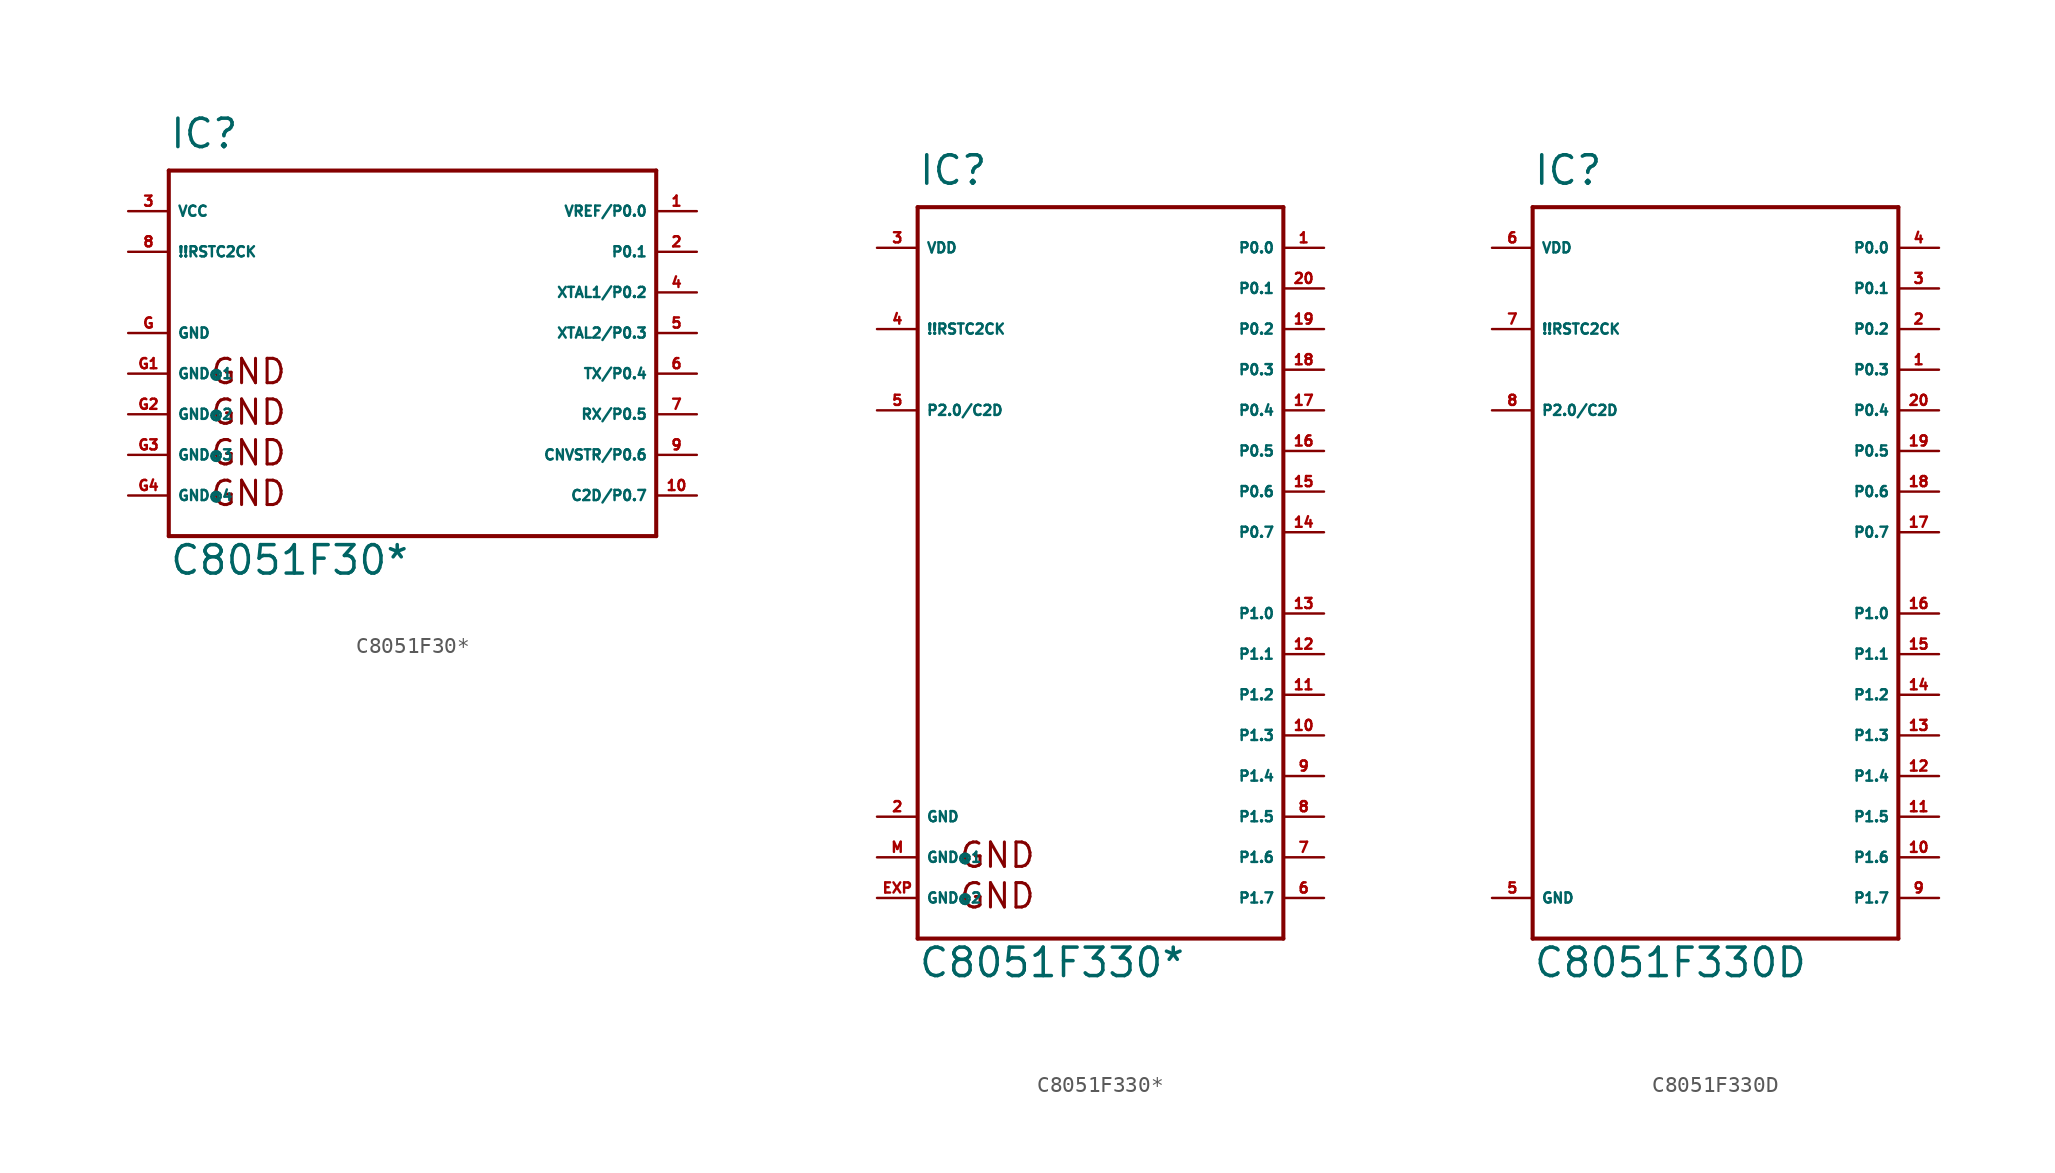
<source format=kicad_sym>
(kicad_symbol_lib
  (version 20220914)
  (generator Eagle2Kicad)
  (symbol "C8051F30*"
    (property "Reference" "IC"
      (at -15.24 11.43 0)
      (effects (font (size 1.778 1.778) (thickness 0.22)) (justify left bottom)))
    (property "Value" "C8051F30*"
      (at -15.24 -15.24 0)
      (effects (font (size 1.778 1.778) (thickness 0.22)) (justify left bottom)))
    (polyline
      (pts (xy -15.24 10.16) (xy -15.24 -12.7))
      (stroke (width 0.254) (type default))
      (fill (type none)))
    (polyline
      (pts (xy -15.24 -12.7) (xy 15.24 -12.7))
      (stroke (width 0.254) (type default))
      (fill (type none)))
    (polyline
      (pts (xy 15.24 -12.7) (xy 15.24 10.16))
      (stroke (width 0.254) (type default))
      (fill (type none)))
    (polyline
      (pts (xy 15.24 10.16) (xy -15.24 10.16))
      (stroke (width 0.254) (type default))
      (fill (type none)))
    (text "GND"
      (at -12.7 -3.302 0)
      (effects (font (size 1.524 1.524) (thickness 0.19)) (justify left bottom)))
    (text "GND"
      (at -12.7 -5.842 0)
      (effects (font (size 1.524 1.524) (thickness 0.19)) (justify left bottom)))
    (text "GND"
      (at -12.7 -8.382 0)
      (effects (font (size 1.524 1.524) (thickness 0.19)) (justify left bottom)))
    (text "GND"
      (at -12.7 -10.922 0)
      (effects (font (size 1.524 1.524) (thickness 0.19)) (justify left bottom)))
    (pin unspecified line
      (at -17.78 0 0)
      (length 2.54)
      (name "GND" (effects (font (size 0.635 0.635) (thickness 0.08)) (justify left bottom)))
      (number "G" (effects (font (size 0.635 0.635) (thickness 0.08)) (justify left bottom))))
    (pin unspecified line
      (at -17.78 7.62 0)
      (length 2.54)
      (name "VCC" (effects (font (size 0.635 0.635) (thickness 0.08)) (justify left bottom)))
      (number "3" (effects (font (size 0.635 0.635) (thickness 0.08)) (justify left bottom))))
    (pin input line
      (at -17.78 5.08 0)
      (length 2.54)
      (name "!!RSTC2CK" (effects (font (size 0.635 0.635) (thickness 0.08)) (justify left bottom)))
      (number "8" (effects (font (size 0.635 0.635) (thickness 0.08)) (justify left bottom))))
    (pin bidirectional line
      (at 17.78 7.62 180)
      (length 2.54)
      (name "VREF/P0.0" (effects (font (size 0.635 0.635) (thickness 0.08)) (justify left bottom)))
      (number "1" (effects (font (size 0.635 0.635) (thickness 0.08)) (justify left bottom))))
    (pin bidirectional line
      (at 17.78 5.08 180)
      (length 2.54)
      (name "P0.1" (effects (font (size 0.635 0.635) (thickness 0.08)) (justify left bottom)))
      (number "2" (effects (font (size 0.635 0.635) (thickness 0.08)) (justify left bottom))))
    (pin bidirectional line
      (at 17.78 2.54 180)
      (length 2.54)
      (name "XTAL1/P0.2" (effects (font (size 0.635 0.635) (thickness 0.08)) (justify left bottom)))
      (number "4" (effects (font (size 0.635 0.635) (thickness 0.08)) (justify left bottom))))
    (pin bidirectional line
      (at 17.78 0 180)
      (length 2.54)
      (name "XTAL2/P0.3" (effects (font (size 0.635 0.635) (thickness 0.08)) (justify left bottom)))
      (number "5" (effects (font (size 0.635 0.635) (thickness 0.08)) (justify left bottom))))
    (pin bidirectional line
      (at 17.78 -2.54 180)
      (length 2.54)
      (name "TX/P0.4" (effects (font (size 0.635 0.635) (thickness 0.08)) (justify left bottom)))
      (number "6" (effects (font (size 0.635 0.635) (thickness 0.08)) (justify left bottom))))
    (pin bidirectional line
      (at 17.78 -5.08 180)
      (length 2.54)
      (name "RX/P0.5" (effects (font (size 0.635 0.635) (thickness 0.08)) (justify left bottom)))
      (number "7" (effects (font (size 0.635 0.635) (thickness 0.08)) (justify left bottom))))
    (pin bidirectional line
      (at 17.78 -7.62 180)
      (length 2.54)
      (name "CNVSTR/P0.6" (effects (font (size 0.635 0.635) (thickness 0.08)) (justify left bottom)))
      (number "9" (effects (font (size 0.635 0.635) (thickness 0.08)) (justify left bottom))))
    (pin bidirectional line
      (at 17.78 -10.16 180)
      (length 2.54)
      (name "C2D/P0.7" (effects (font (size 0.635 0.635) (thickness 0.08)) (justify left bottom)))
      (number "10" (effects (font (size 0.635 0.635) (thickness 0.08)) (justify left bottom))))
    (pin unspecified line
      (at -17.78 -2.54 0)
      (length 2.54)
      (name "GND@1" (effects (font (size 0.635 0.635) (thickness 0.08)) (justify left bottom)))
      (number "G1" (effects (font (size 0.635 0.635) (thickness 0.08)) (justify left bottom))))
    (pin unspecified line
      (at -17.78 -5.08 0)
      (length 2.54)
      (name "GND@2" (effects (font (size 0.635 0.635) (thickness 0.08)) (justify left bottom)))
      (number "G2" (effects (font (size 0.635 0.635) (thickness 0.08)) (justify left bottom))))
    (pin unspecified line
      (at -17.78 -7.62 0)
      (length 2.54)
      (name "GND@3" (effects (font (size 0.635 0.635) (thickness 0.08)) (justify left bottom)))
      (number "G3" (effects (font (size 0.635 0.635) (thickness 0.08)) (justify left bottom))))
    (pin unspecified line
      (at -17.78 -10.16 0)
      (length 2.54)
      (name "GND@4" (effects (font (size 0.635 0.635) (thickness 0.08)) (justify left bottom)))
      (number "G4" (effects (font (size 0.635 0.635) (thickness 0.08)) (justify left bottom)))))
  (symbol "C8051F330*"
    (property "Reference" "IC"
      (at -12.7 24.13 0)
      (effects (font (size 1.778 1.778) (thickness 0.22)) (justify left bottom)))
    (property "Value" "C8051F330*"
      (at -12.7 -25.4 0)
      (effects (font (size 1.778 1.778) (thickness 0.22)) (justify left bottom)))
    (polyline
      (pts (xy -12.7 22.86) (xy -12.7 -22.86))
      (stroke (width 0.254) (type default))
      (fill (type none)))
    (polyline
      (pts (xy -12.7 -22.86) (xy 10.16 -22.86))
      (stroke (width 0.254) (type default))
      (fill (type none)))
    (polyline
      (pts (xy 10.16 -22.86) (xy 10.16 22.86))
      (stroke (width 0.254) (type default))
      (fill (type none)))
    (polyline
      (pts (xy 10.16 22.86) (xy -12.7 22.86))
      (stroke (width 0.254) (type default))
      (fill (type none)))
    (text "GND"
      (at -10.16 -18.542 0)
      (effects (font (size 1.524 1.524) (thickness 0.19)) (justify left bottom)))
    (text "GND"
      (at -10.16 -21.082 0)
      (effects (font (size 1.524 1.524) (thickness 0.19)) (justify left bottom)))
    (pin unspecified line
      (at -15.24 -15.24 0)
      (length 2.54)
      (name "GND" (effects (font (size 0.635 0.635) (thickness 0.08)) (justify left bottom)))
      (number "2" (effects (font (size 0.635 0.635) (thickness 0.08)) (justify left bottom))))
    (pin unspecified line
      (at -15.24 20.32 0)
      (length 2.54)
      (name "VDD" (effects (font (size 0.635 0.635) (thickness 0.08)) (justify left bottom)))
      (number "3" (effects (font (size 0.635 0.635) (thickness 0.08)) (justify left bottom))))
    (pin input line
      (at -15.24 15.24 0)
      (length 2.54)
      (name "!!RSTC2CK" (effects (font (size 0.635 0.635) (thickness 0.08)) (justify left bottom)))
      (number "4" (effects (font (size 0.635 0.635) (thickness 0.08)) (justify left bottom))))
    (pin bidirectional line
      (at 12.7 17.78 180)
      (length 2.54)
      (name "P0.1" (effects (font (size 0.635 0.635) (thickness 0.08)) (justify left bottom)))
      (number "20" (effects (font (size 0.635 0.635) (thickness 0.08)) (justify left bottom))))
    (pin unspecified line
      (at -15.24 -17.78 0)
      (length 2.54)
      (name "GND@1" (effects (font (size 0.635 0.635) (thickness 0.08)) (justify left bottom)))
      (number "M" (effects (font (size 0.635 0.635) (thickness 0.08)) (justify left bottom))))
    (pin unspecified line
      (at -15.24 -20.32 0)
      (length 2.54)
      (name "GND@2" (effects (font (size 0.635 0.635) (thickness 0.08)) (justify left bottom)))
      (number "EXP" (effects (font (size 0.635 0.635) (thickness 0.08)) (justify left bottom))))
    (pin bidirectional line
      (at 12.7 15.24 180)
      (length 2.54)
      (name "P0.2" (effects (font (size 0.635 0.635) (thickness 0.08)) (justify left bottom)))
      (number "19" (effects (font (size 0.635 0.635) (thickness 0.08)) (justify left bottom))))
    (pin bidirectional line
      (at 12.7 12.7 180)
      (length 2.54)
      (name "P0.3" (effects (font (size 0.635 0.635) (thickness 0.08)) (justify left bottom)))
      (number "18" (effects (font (size 0.635 0.635) (thickness 0.08)) (justify left bottom))))
    (pin bidirectional line
      (at 12.7 10.16 180)
      (length 2.54)
      (name "P0.4" (effects (font (size 0.635 0.635) (thickness 0.08)) (justify left bottom)))
      (number "17" (effects (font (size 0.635 0.635) (thickness 0.08)) (justify left bottom))))
    (pin bidirectional line
      (at 12.7 7.62 180)
      (length 2.54)
      (name "P0.5" (effects (font (size 0.635 0.635) (thickness 0.08)) (justify left bottom)))
      (number "16" (effects (font (size 0.635 0.635) (thickness 0.08)) (justify left bottom))))
    (pin bidirectional line
      (at 12.7 5.08 180)
      (length 2.54)
      (name "P0.6" (effects (font (size 0.635 0.635) (thickness 0.08)) (justify left bottom)))
      (number "15" (effects (font (size 0.635 0.635) (thickness 0.08)) (justify left bottom))))
    (pin bidirectional line
      (at 12.7 2.54 180)
      (length 2.54)
      (name "P0.7" (effects (font (size 0.635 0.635) (thickness 0.08)) (justify left bottom)))
      (number "14" (effects (font (size 0.635 0.635) (thickness 0.08)) (justify left bottom))))
    (pin bidirectional line
      (at 12.7 -2.54 180)
      (length 2.54)
      (name "P1.0" (effects (font (size 0.635 0.635) (thickness 0.08)) (justify left bottom)))
      (number "13" (effects (font (size 0.635 0.635) (thickness 0.08)) (justify left bottom))))
    (pin bidirectional line
      (at 12.7 20.32 180)
      (length 2.54)
      (name "P0.0" (effects (font (size 0.635 0.635) (thickness 0.08)) (justify left bottom)))
      (number "1" (effects (font (size 0.635 0.635) (thickness 0.08)) (justify left bottom))))
    (pin bidirectional line
      (at 12.7 -5.08 180)
      (length 2.54)
      (name "P1.1" (effects (font (size 0.635 0.635) (thickness 0.08)) (justify left bottom)))
      (number "12" (effects (font (size 0.635 0.635) (thickness 0.08)) (justify left bottom))))
    (pin bidirectional line
      (at 12.7 -7.62 180)
      (length 2.54)
      (name "P1.2" (effects (font (size 0.635 0.635) (thickness 0.08)) (justify left bottom)))
      (number "11" (effects (font (size 0.635 0.635) (thickness 0.08)) (justify left bottom))))
    (pin bidirectional line
      (at 12.7 -10.16 180)
      (length 2.54)
      (name "P1.3" (effects (font (size 0.635 0.635) (thickness 0.08)) (justify left bottom)))
      (number "10" (effects (font (size 0.635 0.635) (thickness 0.08)) (justify left bottom))))
    (pin bidirectional line
      (at 12.7 -12.7 180)
      (length 2.54)
      (name "P1.4" (effects (font (size 0.635 0.635) (thickness 0.08)) (justify left bottom)))
      (number "9" (effects (font (size 0.635 0.635) (thickness 0.08)) (justify left bottom))))
    (pin bidirectional line
      (at 12.7 -15.24 180)
      (length 2.54)
      (name "P1.5" (effects (font (size 0.635 0.635) (thickness 0.08)) (justify left bottom)))
      (number "8" (effects (font (size 0.635 0.635) (thickness 0.08)) (justify left bottom))))
    (pin bidirectional line
      (at 12.7 -17.78 180)
      (length 2.54)
      (name "P1.6" (effects (font (size 0.635 0.635) (thickness 0.08)) (justify left bottom)))
      (number "7" (effects (font (size 0.635 0.635) (thickness 0.08)) (justify left bottom))))
    (pin bidirectional line
      (at 12.7 -20.32 180)
      (length 2.54)
      (name "P1.7" (effects (font (size 0.635 0.635) (thickness 0.08)) (justify left bottom)))
      (number "6" (effects (font (size 0.635 0.635) (thickness 0.08)) (justify left bottom))))
    (pin bidirectional line
      (at -15.24 10.16 0)
      (length 2.54)
      (name "P2.0/C2D" (effects (font (size 0.635 0.635) (thickness 0.08)) (justify left bottom)))
      (number "5" (effects (font (size 0.635 0.635) (thickness 0.08)) (justify left bottom)))))
  (symbol "C8051F330D"
    (property "Reference" "IC"
      (at -12.7 24.13 0)
      (effects (font (size 1.778 1.778) (thickness 0.22)) (justify left bottom)))
    (property "Value" "C8051F330D"
      (at -12.7 -25.4 0)
      (effects (font (size 1.778 1.778) (thickness 0.22)) (justify left bottom)))
    (polyline
      (pts (xy -12.7 22.86) (xy -12.7 -22.86))
      (stroke (width 0.254) (type default))
      (fill (type none)))
    (polyline
      (pts (xy -12.7 -22.86) (xy 10.16 -22.86))
      (stroke (width 0.254) (type default))
      (fill (type none)))
    (polyline
      (pts (xy 10.16 -22.86) (xy 10.16 22.86))
      (stroke (width 0.254) (type default))
      (fill (type none)))
    (polyline
      (pts (xy 10.16 22.86) (xy -12.7 22.86))
      (stroke (width 0.254) (type default))
      (fill (type none)))
    (pin unspecified line
      (at -15.24 -20.32 0)
      (length 2.54)
      (name "GND" (effects (font (size 0.635 0.635) (thickness 0.08)) (justify left bottom)))
      (number "5" (effects (font (size 0.635 0.635) (thickness 0.08)) (justify left bottom))))
    (pin unspecified line
      (at -15.24 20.32 0)
      (length 2.54)
      (name "VDD" (effects (font (size 0.635 0.635) (thickness 0.08)) (justify left bottom)))
      (number "6" (effects (font (size 0.635 0.635) (thickness 0.08)) (justify left bottom))))
    (pin input line
      (at -15.24 15.24 0)
      (length 2.54)
      (name "!!RSTC2CK" (effects (font (size 0.635 0.635) (thickness 0.08)) (justify left bottom)))
      (number "7" (effects (font (size 0.635 0.635) (thickness 0.08)) (justify left bottom))))
    (pin bidirectional line
      (at 12.7 17.78 180)
      (length 2.54)
      (name "P0.1" (effects (font (size 0.635 0.635) (thickness 0.08)) (justify left bottom)))
      (number "3" (effects (font (size 0.635 0.635) (thickness 0.08)) (justify left bottom))))
    (pin bidirectional line
      (at 12.7 15.24 180)
      (length 2.54)
      (name "P0.2" (effects (font (size 0.635 0.635) (thickness 0.08)) (justify left bottom)))
      (number "2" (effects (font (size 0.635 0.635) (thickness 0.08)) (justify left bottom))))
    (pin bidirectional line
      (at 12.7 12.7 180)
      (length 2.54)
      (name "P0.3" (effects (font (size 0.635 0.635) (thickness 0.08)) (justify left bottom)))
      (number "1" (effects (font (size 0.635 0.635) (thickness 0.08)) (justify left bottom))))
    (pin bidirectional line
      (at 12.7 10.16 180)
      (length 2.54)
      (name "P0.4" (effects (font (size 0.635 0.635) (thickness 0.08)) (justify left bottom)))
      (number "20" (effects (font (size 0.635 0.635) (thickness 0.08)) (justify left bottom))))
    (pin bidirectional line
      (at 12.7 7.62 180)
      (length 2.54)
      (name "P0.5" (effects (font (size 0.635 0.635) (thickness 0.08)) (justify left bottom)))
      (number "19" (effects (font (size 0.635 0.635) (thickness 0.08)) (justify left bottom))))
    (pin bidirectional line
      (at 12.7 5.08 180)
      (length 2.54)
      (name "P0.6" (effects (font (size 0.635 0.635) (thickness 0.08)) (justify left bottom)))
      (number "18" (effects (font (size 0.635 0.635) (thickness 0.08)) (justify left bottom))))
    (pin bidirectional line
      (at 12.7 2.54 180)
      (length 2.54)
      (name "P0.7" (effects (font (size 0.635 0.635) (thickness 0.08)) (justify left bottom)))
      (number "17" (effects (font (size 0.635 0.635) (thickness 0.08)) (justify left bottom))))
    (pin bidirectional line
      (at 12.7 -2.54 180)
      (length 2.54)
      (name "P1.0" (effects (font (size 0.635 0.635) (thickness 0.08)) (justify left bottom)))
      (number "16" (effects (font (size 0.635 0.635) (thickness 0.08)) (justify left bottom))))
    (pin bidirectional line
      (at 12.7 20.32 180)
      (length 2.54)
      (name "P0.0" (effects (font (size 0.635 0.635) (thickness 0.08)) (justify left bottom)))
      (number "4" (effects (font (size 0.635 0.635) (thickness 0.08)) (justify left bottom))))
    (pin bidirectional line
      (at 12.7 -5.08 180)
      (length 2.54)
      (name "P1.1" (effects (font (size 0.635 0.635) (thickness 0.08)) (justify left bottom)))
      (number "15" (effects (font (size 0.635 0.635) (thickness 0.08)) (justify left bottom))))
    (pin bidirectional line
      (at 12.7 -7.62 180)
      (length 2.54)
      (name "P1.2" (effects (font (size 0.635 0.635) (thickness 0.08)) (justify left bottom)))
      (number "14" (effects (font (size 0.635 0.635) (thickness 0.08)) (justify left bottom))))
    (pin bidirectional line
      (at 12.7 -10.16 180)
      (length 2.54)
      (name "P1.3" (effects (font (size 0.635 0.635) (thickness 0.08)) (justify left bottom)))
      (number "13" (effects (font (size 0.635 0.635) (thickness 0.08)) (justify left bottom))))
    (pin bidirectional line
      (at 12.7 -12.7 180)
      (length 2.54)
      (name "P1.4" (effects (font (size 0.635 0.635) (thickness 0.08)) (justify left bottom)))
      (number "12" (effects (font (size 0.635 0.635) (thickness 0.08)) (justify left bottom))))
    (pin bidirectional line
      (at 12.7 -15.24 180)
      (length 2.54)
      (name "P1.5" (effects (font (size 0.635 0.635) (thickness 0.08)) (justify left bottom)))
      (number "11" (effects (font (size 0.635 0.635) (thickness 0.08)) (justify left bottom))))
    (pin bidirectional line
      (at 12.7 -17.78 180)
      (length 2.54)
      (name "P1.6" (effects (font (size 0.635 0.635) (thickness 0.08)) (justify left bottom)))
      (number "10" (effects (font (size 0.635 0.635) (thickness 0.08)) (justify left bottom))))
    (pin bidirectional line
      (at 12.7 -20.32 180)
      (length 2.54)
      (name "P1.7" (effects (font (size 0.635 0.635) (thickness 0.08)) (justify left bottom)))
      (number "9" (effects (font (size 0.635 0.635) (thickness 0.08)) (justify left bottom))))
    (pin bidirectional line
      (at -15.24 10.16 0)
      (length 2.54)
      (name "P2.0/C2D" (effects (font (size 0.635 0.635) (thickness 0.08)) (justify left bottom)))
      (number "8" (effects (font (size 0.635 0.635) (thickness 0.08)) (justify left bottom))))))
</source>
